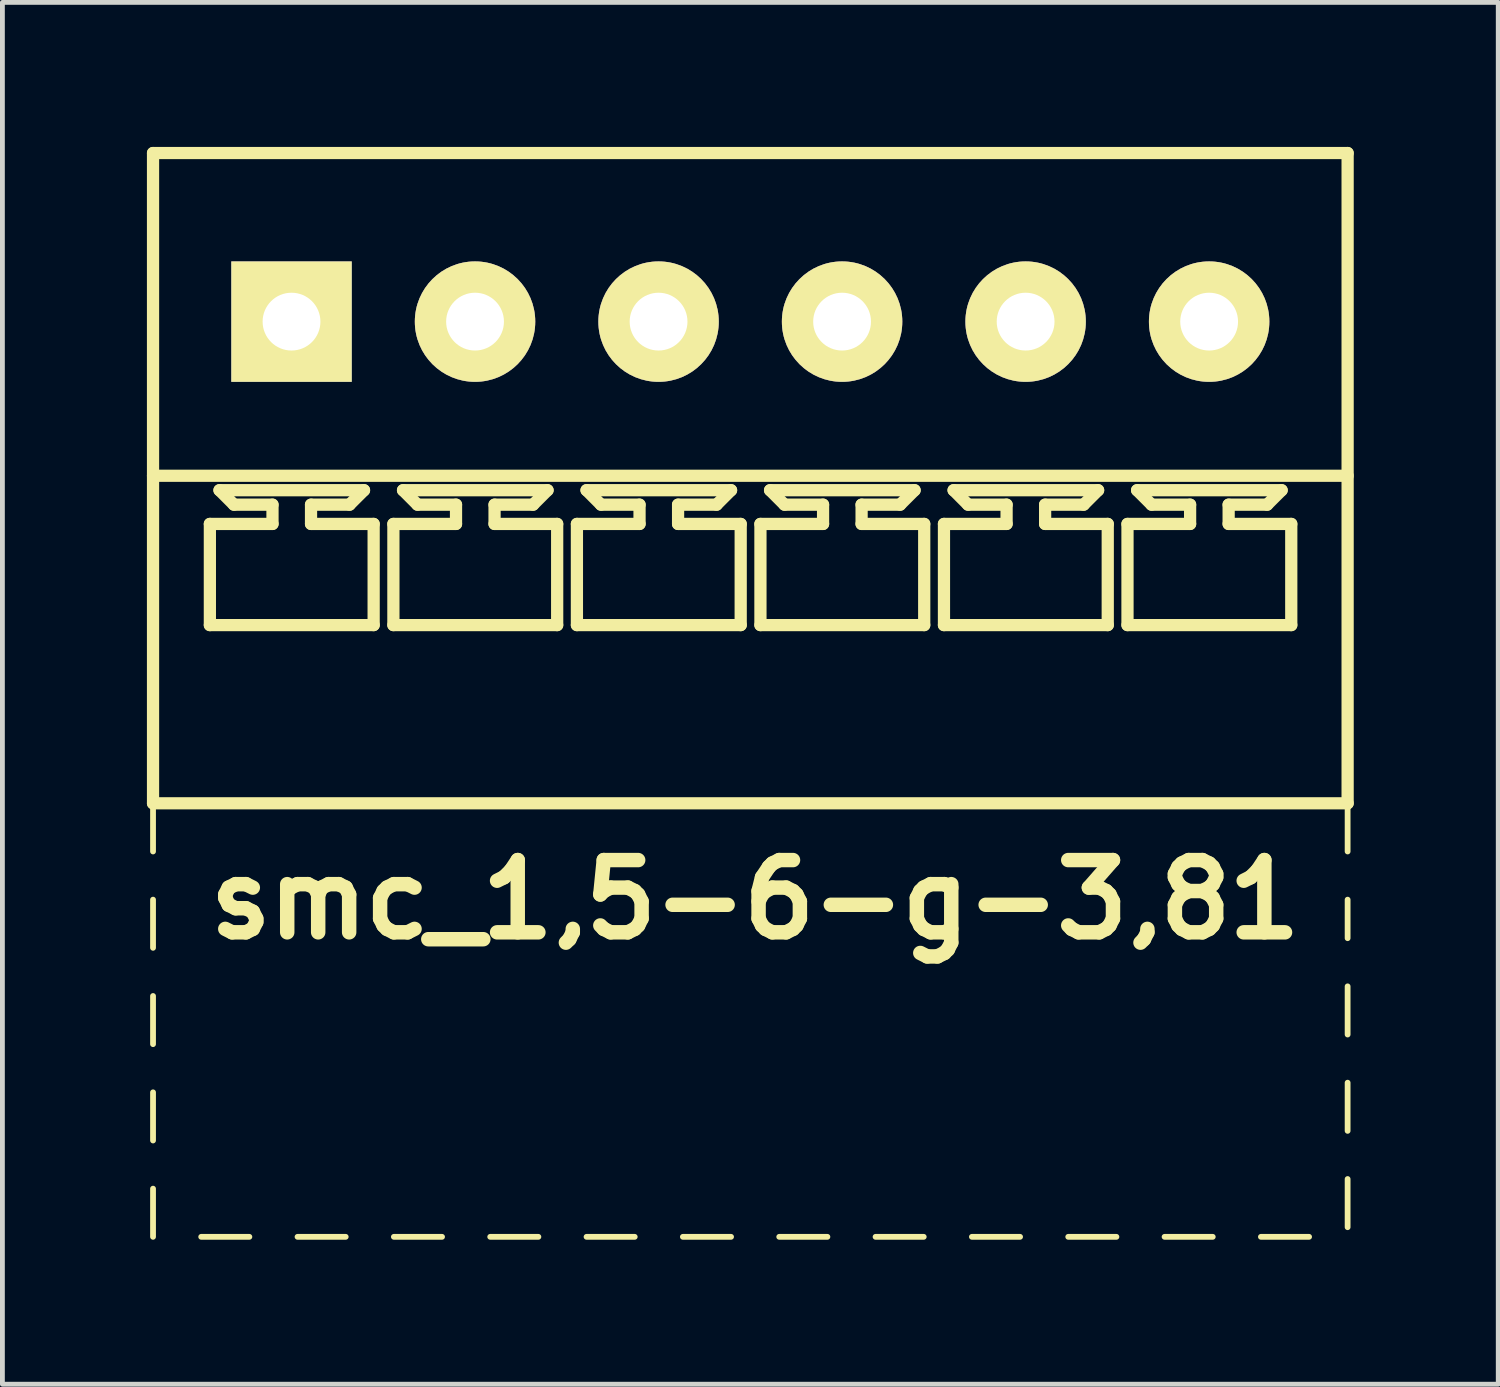
<source format=kicad_pcb>
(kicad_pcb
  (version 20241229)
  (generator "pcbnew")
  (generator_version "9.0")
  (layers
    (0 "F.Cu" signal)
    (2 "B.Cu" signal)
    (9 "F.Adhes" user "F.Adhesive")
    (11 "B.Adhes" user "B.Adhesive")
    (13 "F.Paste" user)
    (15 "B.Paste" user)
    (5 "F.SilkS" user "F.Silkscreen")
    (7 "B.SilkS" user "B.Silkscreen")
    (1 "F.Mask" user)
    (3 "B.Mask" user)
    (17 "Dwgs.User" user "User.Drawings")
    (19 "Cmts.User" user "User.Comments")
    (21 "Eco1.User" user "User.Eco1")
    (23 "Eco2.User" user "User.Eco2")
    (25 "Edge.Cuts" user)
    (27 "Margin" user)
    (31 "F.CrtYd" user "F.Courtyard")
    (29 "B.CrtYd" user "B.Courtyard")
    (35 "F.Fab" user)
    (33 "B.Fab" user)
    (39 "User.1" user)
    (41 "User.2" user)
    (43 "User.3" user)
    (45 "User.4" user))
  (footprint "smc_1,5-6-g-3,81"
    (layer "F.Cu")
    (at 12.527 3.627)
    (property "Reference" "smc_1,5-6-g-3,81" (at 0.1 12 0) (layer "F.SilkS") (effects (font (size 1.5 1.5) (thickness 0.3))))
    (attr through_hole)
    (fp_line (start -12.4 -3.5) (end -12.4 10) (stroke (width 0.254) (type solid)) (layer "F.SilkS"))
    (fp_line (start -12.4 -3.5) (end 12.4 -3.5) (stroke (width 0.254) (type solid)) (layer "F.SilkS"))
    (fp_line (start -12.4 3.2) (end 12.4 3.2) (stroke (width 0.254) (type solid)) (layer "F.SilkS"))
    (fp_line (start -12.4 10) (end -12.4 11) (stroke (width 0.12) (type solid)) (layer "F.SilkS"))
    (fp_line (start -12.4 10) (end 12.4 10) (stroke (width 0.254) (type solid)) (layer "F.SilkS"))
    (fp_line (start -12.4 12) (end -12.4 13) (stroke (width 0.12) (type solid)) (layer "F.SilkS"))
    (fp_line (start -12.4 14) (end -12.4 15) (stroke (width 0.12) (type solid)) (layer "F.SilkS"))
    (fp_line (start -12.4 16) (end -12.4 17) (stroke (width 0.12) (type solid)) (layer "F.SilkS"))
    (fp_line (start -12.4 18) (end -12.4 19) (stroke (width 0.12) (type solid)) (layer "F.SilkS"))
    (fp_line (start -11.4 19) (end -10.4 19) (stroke (width 0.12) (type solid)) (layer "F.SilkS"))
    (fp_line (start -11.22 4.2) (end -9.92 4.2) (stroke (width 0.254) (type solid)) (layer "F.SilkS"))
    (fp_line (start -11.22 6.3) (end -11.22 4.2) (stroke (width 0.254) (type solid)) (layer "F.SilkS"))
    (fp_line (start -11.02 3.5) (end -8.02 3.5) (stroke (width 0.254) (type solid)) (layer "F.SilkS"))
    (fp_line (start -10.72 3.8) (end -11.02 3.5) (stroke (width 0.254) (type solid)) (layer "F.SilkS"))
    (fp_line (start -9.92 3.8) (end -10.72 3.8) (stroke (width 0.254) (type solid)) (layer "F.SilkS"))
    (fp_line (start -9.92 4.2) (end -9.92 3.8) (stroke (width 0.254) (type solid)) (layer "F.SilkS"))
    (fp_line (start -9.4 19) (end -8.4 19) (stroke (width 0.12) (type solid)) (layer "F.SilkS"))
    (fp_line (start -9.12 3.8) (end -9.12 4.2) (stroke (width 0.254) (type solid)) (layer "F.SilkS"))
    (fp_line (start -9.12 4.2) (end -7.82 4.2) (stroke (width 0.254) (type solid)) (layer "F.SilkS"))
    (fp_line (start -8.32 3.8) (end -9.12 3.8) (stroke (width 0.254) (type solid)) (layer "F.SilkS"))
    (fp_line (start -8.32 3.8) (end -8.02 3.5) (stroke (width 0.254) (type solid)) (layer "F.SilkS"))
    (fp_line (start -7.82 4.2) (end -7.82 6.3) (stroke (width 0.254) (type solid)) (layer "F.SilkS"))
    (fp_line (start -7.82 6.3) (end -11.22 6.3) (stroke (width 0.254) (type solid)) (layer "F.SilkS"))
    (fp_line (start -7.41 4.2) (end -6.11 4.2) (stroke (width 0.254) (type solid)) (layer "F.SilkS"))
    (fp_line (start -7.41 6.3) (end -7.41 4.2) (stroke (width 0.254) (type solid)) (layer "F.SilkS"))
    (fp_line (start -7.4 19) (end -6.4 19) (stroke (width 0.12) (type solid)) (layer "F.SilkS"))
    (fp_line (start -7.21 3.5) (end -4.21 3.5) (stroke (width 0.254) (type solid)) (layer "F.SilkS"))
    (fp_line (start -6.91 3.8) (end -7.21 3.5) (stroke (width 0.254) (type solid)) (layer "F.SilkS"))
    (fp_line (start -6.11 3.8) (end -6.91 3.8) (stroke (width 0.254) (type solid)) (layer "F.SilkS"))
    (fp_line (start -6.11 4.2) (end -6.11 3.8) (stroke (width 0.254) (type solid)) (layer "F.SilkS"))
    (fp_line (start -5.4 19) (end -4.4 19) (stroke (width 0.12) (type solid)) (layer "F.SilkS"))
    (fp_line (start -5.31 3.8) (end -5.31 4.2) (stroke (width 0.254) (type solid)) (layer "F.SilkS"))
    (fp_line (start -5.31 4.2) (end -4.01 4.2) (stroke (width 0.254) (type solid)) (layer "F.SilkS"))
    (fp_line (start -4.51 3.8) (end -5.31 3.8) (stroke (width 0.254) (type solid)) (layer "F.SilkS"))
    (fp_line (start -4.51 3.8) (end -4.21 3.5) (stroke (width 0.254) (type solid)) (layer "F.SilkS"))
    (fp_line (start -4.01 4.2) (end -4.01 6.3) (stroke (width 0.254) (type solid)) (layer "F.SilkS"))
    (fp_line (start -4.01 6.3) (end -7.41 6.3) (stroke (width 0.254) (type solid)) (layer "F.SilkS"))
    (fp_line (start -3.6 4.2) (end -2.3 4.2) (stroke (width 0.254) (type solid)) (layer "F.SilkS"))
    (fp_line (start -3.6 6.3) (end -3.6 4.2) (stroke (width 0.254) (type solid)) (layer "F.SilkS"))
    (fp_line (start -3.4 3.5) (end -0.4 3.5) (stroke (width 0.254) (type solid)) (layer "F.SilkS"))
    (fp_line (start -3.4 19) (end -2.4 19) (stroke (width 0.12) (type solid)) (layer "F.SilkS"))
    (fp_line (start -3.1 3.8) (end -3.4 3.5) (stroke (width 0.254) (type solid)) (layer "F.SilkS"))
    (fp_line (start -2.3 3.8) (end -3.1 3.8) (stroke (width 0.254) (type solid)) (layer "F.SilkS"))
    (fp_line (start -2.3 4.2) (end -2.3 3.8) (stroke (width 0.254) (type solid)) (layer "F.SilkS"))
    (fp_line (start -1.5 3.8) (end -1.5 4.2) (stroke (width 0.254) (type solid)) (layer "F.SilkS"))
    (fp_line (start -1.5 4.2) (end -0.2 4.2) (stroke (width 0.254) (type solid)) (layer "F.SilkS"))
    (fp_line (start -1.4 19) (end -0.4 19) (stroke (width 0.12) (type solid)) (layer "F.SilkS"))
    (fp_line (start -0.7 3.8) (end -1.5 3.8) (stroke (width 0.254) (type solid)) (layer "F.SilkS"))
    (fp_line (start -0.7 3.8) (end -0.4 3.5) (stroke (width 0.254) (type solid)) (layer "F.SilkS"))
    (fp_line (start -0.2 4.2) (end -0.2 6.3) (stroke (width 0.254) (type solid)) (layer "F.SilkS"))
    (fp_line (start -0.2 6.3) (end -3.6 6.3) (stroke (width 0.254) (type solid)) (layer "F.SilkS"))
    (fp_line (start 0.21 4.2) (end 1.51 4.2) (stroke (width 0.254) (type solid)) (layer "F.SilkS"))
    (fp_line (start 0.21 6.3) (end 0.21 4.2) (stroke (width 0.254) (type solid)) (layer "F.SilkS"))
    (fp_line (start 0.41 3.5) (end 3.41 3.5) (stroke (width 0.254) (type solid)) (layer "F.SilkS"))
    (fp_line (start 0.6 19) (end 1.6 19) (stroke (width 0.12) (type solid)) (layer "F.SilkS"))
    (fp_line (start 0.71 3.8) (end 0.41 3.5) (stroke (width 0.254) (type solid)) (layer "F.SilkS"))
    (fp_line (start 1.51 3.8) (end 0.71 3.8) (stroke (width 0.254) (type solid)) (layer "F.SilkS"))
    (fp_line (start 1.51 4.2) (end 1.51 3.8) (stroke (width 0.254) (type solid)) (layer "F.SilkS"))
    (fp_line (start 2.31 3.8) (end 2.31 4.2) (stroke (width 0.254) (type solid)) (layer "F.SilkS"))
    (fp_line (start 2.31 4.2) (end 3.61 4.2) (stroke (width 0.254) (type solid)) (layer "F.SilkS"))
    (fp_line (start 2.6 19) (end 3.6 19) (stroke (width 0.12) (type solid)) (layer "F.SilkS"))
    (fp_line (start 3.11 3.8) (end 2.31 3.8) (stroke (width 0.254) (type solid)) (layer "F.SilkS"))
    (fp_line (start 3.11 3.8) (end 3.41 3.5) (stroke (width 0.254) (type solid)) (layer "F.SilkS"))
    (fp_line (start 3.61 4.2) (end 3.61 6.3) (stroke (width 0.254) (type solid)) (layer "F.SilkS"))
    (fp_line (start 3.61 6.3) (end 0.21 6.3) (stroke (width 0.254) (type solid)) (layer "F.SilkS"))
    (fp_line (start 4.02 4.2) (end 5.32 4.2) (stroke (width 0.254) (type solid)) (layer "F.SilkS"))
    (fp_line (start 4.02 6.3) (end 4.02 4.2) (stroke (width 0.254) (type solid)) (layer "F.SilkS"))
    (fp_line (start 4.22 3.5) (end 7.22 3.5) (stroke (width 0.254) (type solid)) (layer "F.SilkS"))
    (fp_line (start 4.52 3.8) (end 4.22 3.5) (stroke (width 0.254) (type solid)) (layer "F.SilkS"))
    (fp_line (start 4.6 19) (end 5.6 19) (stroke (width 0.12) (type solid)) (layer "F.SilkS"))
    (fp_line (start 5.32 3.8) (end 4.52 3.8) (stroke (width 0.254) (type solid)) (layer "F.SilkS"))
    (fp_line (start 5.32 4.2) (end 5.32 3.8) (stroke (width 0.254) (type solid)) (layer "F.SilkS"))
    (fp_line (start 6.12 3.8) (end 6.12 4.2) (stroke (width 0.254) (type solid)) (layer "F.SilkS"))
    (fp_line (start 6.12 4.2) (end 7.42 4.2) (stroke (width 0.254) (type solid)) (layer "F.SilkS"))
    (fp_line (start 6.6 19) (end 7.6 19) (stroke (width 0.12) (type solid)) (layer "F.SilkS"))
    (fp_line (start 6.92 3.8) (end 6.12 3.8) (stroke (width 0.254) (type solid)) (layer "F.SilkS"))
    (fp_line (start 6.92 3.8) (end 7.22 3.5) (stroke (width 0.254) (type solid)) (layer "F.SilkS"))
    (fp_line (start 7.42 4.2) (end 7.42 6.3) (stroke (width 0.254) (type solid)) (layer "F.SilkS"))
    (fp_line (start 7.42 6.3) (end 4.02 6.3) (stroke (width 0.254) (type solid)) (layer "F.SilkS"))
    (fp_line (start 7.83 4.2) (end 9.13 4.2) (stroke (width 0.254) (type solid)) (layer "F.SilkS"))
    (fp_line (start 7.83 6.3) (end 7.83 4.2) (stroke (width 0.254) (type solid)) (layer "F.SilkS"))
    (fp_line (start 8.03 3.5) (end 11.03 3.5) (stroke (width 0.254) (type solid)) (layer "F.SilkS"))
    (fp_line (start 8.33 3.8) (end 8.03 3.5) (stroke (width 0.254) (type solid)) (layer "F.SilkS"))
    (fp_line (start 8.6 19) (end 9.6 19) (stroke (width 0.12) (type solid)) (layer "F.SilkS"))
    (fp_line (start 9.13 3.8) (end 8.33 3.8) (stroke (width 0.254) (type solid)) (layer "F.SilkS"))
    (fp_line (start 9.13 4.2) (end 9.13 3.8) (stroke (width 0.254) (type solid)) (layer "F.SilkS"))
    (fp_line (start 9.93 3.8) (end 9.93 4.2) (stroke (width 0.254) (type solid)) (layer "F.SilkS"))
    (fp_line (start 9.93 4.2) (end 11.23 4.2) (stroke (width 0.254) (type solid)) (layer "F.SilkS"))
    (fp_line (start 10.6 19) (end 11.6 19) (stroke (width 0.12) (type solid)) (layer "F.SilkS"))
    (fp_line (start 10.73 3.8) (end 9.93 3.8) (stroke (width 0.254) (type solid)) (layer "F.SilkS"))
    (fp_line (start 10.73 3.8) (end 11.03 3.5) (stroke (width 0.254) (type solid)) (layer "F.SilkS"))
    (fp_line (start 11.23 4.2) (end 11.23 6.3) (stroke (width 0.254) (type solid)) (layer "F.SilkS"))
    (fp_line (start 11.23 6.3) (end 7.83 6.3) (stroke (width 0.254) (type solid)) (layer "F.SilkS"))
    (fp_line (start 12.4 -3.5) (end 12.4 10) (stroke (width 0.254) (type solid)) (layer "F.SilkS"))
    (fp_line (start 12.4 10) (end 12.4 11) (stroke (width 0.12) (type solid)) (layer "F.SilkS"))
    (fp_line (start 12.4 12.8) (end 12.4 12) (stroke (width 0.12) (type solid)) (layer "F.SilkS"))
    (fp_line (start 12.4 14.8) (end 12.4 13.8) (stroke (width 0.12) (type solid)) (layer "F.SilkS"))
    (fp_line (start 12.4 15.8) (end 12.4 16.8) (stroke (width 0.12) (type solid)) (layer "F.SilkS"))
    (fp_line (start 12.4 17.8) (end 12.4 18.8) (stroke (width 0.12) (type solid)) (layer "F.SilkS"))
    (pad "1" thru_hole rect (at -9.525 0) (size 2.5 2.5) (drill 1.2) (layers "*.Cu" "*.Mask" "F.SilkS"))
    (pad "2" thru_hole circle (at -5.715 0) (size 2.5 2.5) (drill 1.2) (layers "*.Cu" "*.Mask" "F.SilkS"))
    (pad "3" thru_hole circle (at -1.905 0) (size 2.5 2.5) (drill 1.2) (layers "*.Cu" "*.Mask" "F.SilkS"))
    (pad "4" thru_hole circle (at 1.905 0) (size 2.5 2.5) (drill 1.2) (layers "*.Cu" "*.Mask" "F.SilkS"))
    (pad "5" thru_hole circle (at 5.715 0) (size 2.5 2.5) (drill 1.2) (layers "*.Cu" "*.Mask" "F.SilkS"))
    (pad "6" thru_hole circle (at 9.525 0) (size 2.5 2.5) (drill 1.2) (layers "*.Cu" "*.Mask" "F.SilkS")))
  (gr_rect
    (start -3 -3)
    (end 28.054 25.687)
    (stroke (width 0.1) (type default))
    (fill no)
    (layer "Edge.Cuts")))
</source>
